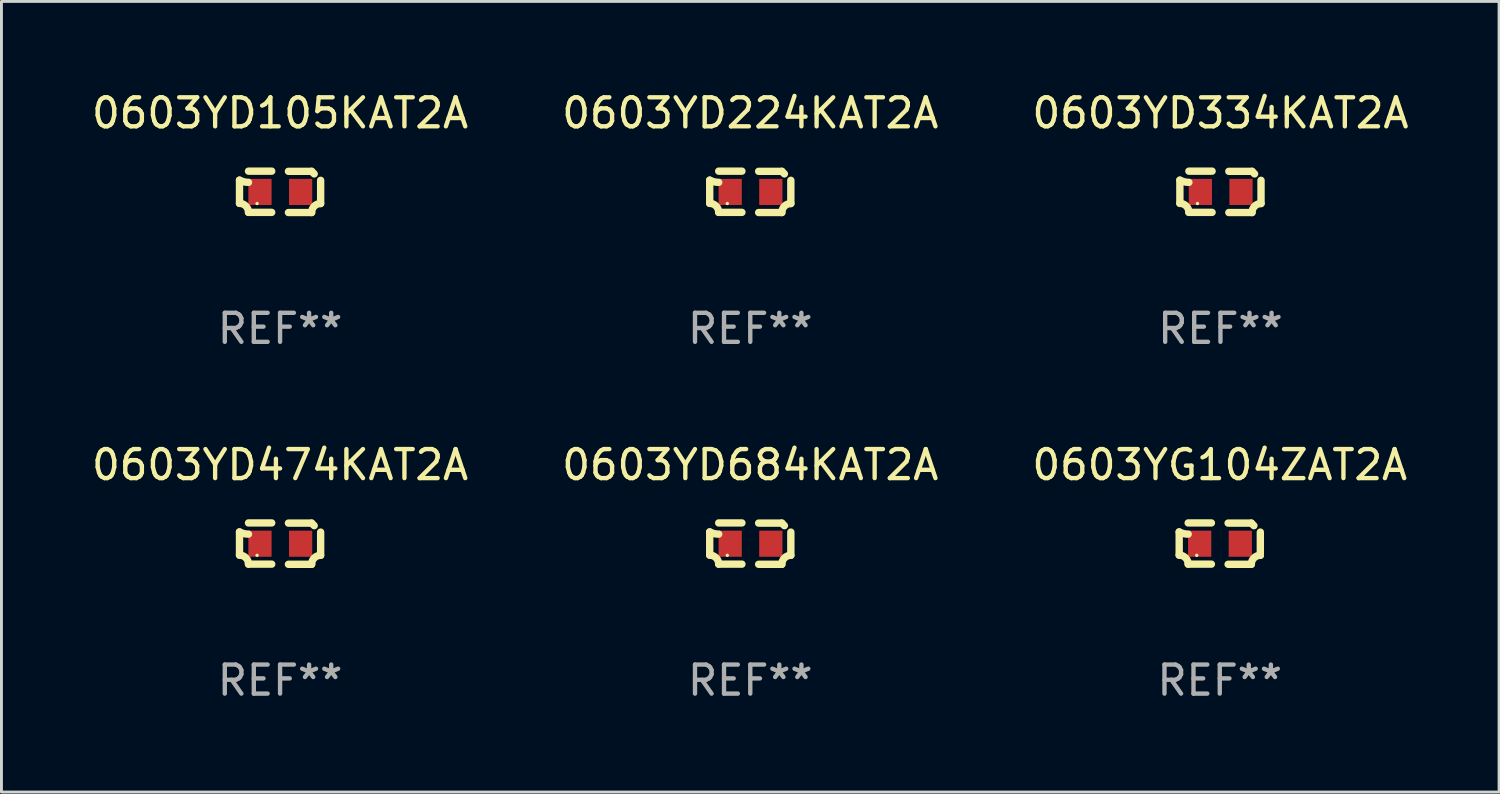
<source format=kicad_pcb>
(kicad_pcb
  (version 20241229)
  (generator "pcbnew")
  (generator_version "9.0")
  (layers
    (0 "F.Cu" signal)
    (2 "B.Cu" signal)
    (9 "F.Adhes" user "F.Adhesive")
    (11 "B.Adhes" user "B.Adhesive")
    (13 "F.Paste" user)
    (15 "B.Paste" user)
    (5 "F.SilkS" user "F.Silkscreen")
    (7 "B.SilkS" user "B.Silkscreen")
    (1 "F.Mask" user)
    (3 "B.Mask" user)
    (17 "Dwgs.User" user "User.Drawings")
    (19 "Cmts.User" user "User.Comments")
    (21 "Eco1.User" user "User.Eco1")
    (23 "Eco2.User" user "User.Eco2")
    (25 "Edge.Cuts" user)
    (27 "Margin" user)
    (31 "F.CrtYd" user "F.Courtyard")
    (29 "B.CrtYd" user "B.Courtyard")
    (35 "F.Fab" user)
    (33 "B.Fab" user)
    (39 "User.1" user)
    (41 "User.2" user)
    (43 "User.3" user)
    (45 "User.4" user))
  (footprint "0603YD224KAT2A"
    (layer "F.Cu")
    (at 22.804 3.561)
    (property "Reference" "0603YD224KAT2A" (at 0 -2.713 0) (layer "F.SilkS") (effects (font (size 1 1) (thickness 0.15))))
    (attr through_hole)
    (fp_line (start -1.398 -0.403) (end -1.398 0.397) (stroke (width 0.254) (type solid)) (layer "F.SilkS"))
    (fp_line (start -0.288 -0.713) (end -1.088 -0.713) (stroke (width 0.254) (type solid)) (layer "F.SilkS"))
    (fp_line (start -0.288 0.707) (end -1.088 0.707) (stroke (width 0.254) (type solid)) (layer "F.SilkS"))
    (fp_line (start 0.288 -0.707) (end 1.088 -0.707) (stroke (width 0.254) (type solid)) (layer "F.SilkS"))
    (fp_line (start 0.288 0.713) (end 1.088 0.713) (stroke (width 0.254) (type solid)) (layer "F.SilkS"))
    (fp_line (start 1.398 -0.397) (end 1.398 0.403) (stroke (width 0.254) (type solid)) (layer "F.SilkS"))
    (fp_arc (start -1.397789 0.397066) (mid -1.178701 0.487826) (end -1.08796 0.706922) (stroke (width 0.254001) (type solid)) (layer "F.SilkS"))
    (fp_arc (start -1.08796 -0.327176) (mid -1.247436 -0.346384) (end -1.39779 -0.402908) (stroke (width 0.254001) (type solid)) (layer "F.SilkS"))
    (fp_arc (start 1.087909 0.712738) (mid 1.178656 0.493655) (end 1.397739 0.402908) (stroke (width 0.254001) (type solid)) (layer "F.SilkS"))
    (fp_arc (start 1.175925 -0.618926) (mid 1.131917 -0.662923) (end 1.08791 -0.706922) (stroke (width 0.254001) (type solid)) (layer "F.SilkS"))
    (fp_circle (center -0.792 0.403) (end -0.762 0.403) (stroke (width 0.06) (type solid)) (fill no) (layer "F.SilkS"))
    (fp_text user "REF**" (at 0 4.713 0) (layer "F.Fab") (effects (font (size 1 1) (thickness 0.15))))
    (pad "1" smd rect (at -0.692 0.003) (size 0.8 0.9) (layers "F.Cu" "F.Mask" "F.Paste"))
    (pad "2" smd rect (at 0.708 0.003) (size 0.8 0.9) (layers "F.Cu" "F.Mask" "F.Paste")))
  (footprint "0603YG104ZAT2A"
    (layer "F.Cu")
    (at 38.982 15.683)
    (property "Reference" "0603YG104ZAT2A" (at 0 -2.713 0) (layer "F.SilkS") (effects (font (size 1 1) (thickness 0.15))))
    (attr through_hole)
    (fp_line (start -1.398 -0.403) (end -1.398 0.397) (stroke (width 0.254) (type solid)) (layer "F.SilkS"))
    (fp_line (start -0.288 -0.713) (end -1.088 -0.713) (stroke (width 0.254) (type solid)) (layer "F.SilkS"))
    (fp_line (start -0.288 0.707) (end -1.088 0.707) (stroke (width 0.254) (type solid)) (layer "F.SilkS"))
    (fp_line (start 0.288 -0.707) (end 1.088 -0.707) (stroke (width 0.254) (type solid)) (layer "F.SilkS"))
    (fp_line (start 0.288 0.713) (end 1.088 0.713) (stroke (width 0.254) (type solid)) (layer "F.SilkS"))
    (fp_line (start 1.398 -0.397) (end 1.398 0.403) (stroke (width 0.254) (type solid)) (layer "F.SilkS"))
    (fp_arc (start -1.397789 0.397066) (mid -1.178701 0.487826) (end -1.08796 0.706922) (stroke (width 0.254001) (type solid)) (layer "F.SilkS"))
    (fp_arc (start -1.08796 -0.327176) (mid -1.247436 -0.346384) (end -1.39779 -0.402908) (stroke (width 0.254001) (type solid)) (layer "F.SilkS"))
    (fp_arc (start 1.087909 0.712738) (mid 1.178656 0.493655) (end 1.397739 0.402908) (stroke (width 0.254001) (type solid)) (layer "F.SilkS"))
    (fp_arc (start 1.175925 -0.618926) (mid 1.131917 -0.662923) (end 1.08791 -0.706922) (stroke (width 0.254001) (type solid)) (layer "F.SilkS"))
    (fp_circle (center -0.792 0.403) (end -0.762 0.403) (stroke (width 0.06) (type solid)) (fill no) (layer "F.SilkS"))
    (fp_text user "REF**" (at 0 4.713 0) (layer "F.Fab") (effects (font (size 1 1) (thickness 0.15))))
    (pad "1" smd rect (at -0.692 0.003) (size 0.8 0.9) (layers "F.Cu" "F.Mask" "F.Paste"))
    (pad "2" smd rect (at 0.708 0.003) (size 0.8 0.9) (layers "F.Cu" "F.Mask" "F.Paste")))
  (footprint "0603YD474KAT2A"
    (layer "F.Cu")
    (at 6.601 15.683)
    (property "Reference" "0603YD474KAT2A" (at 0 -2.713 0) (layer "F.SilkS") (effects (font (size 1 1) (thickness 0.15))))
    (attr through_hole)
    (fp_line (start -1.398 -0.403) (end -1.398 0.397) (stroke (width 0.254) (type solid)) (layer "F.SilkS"))
    (fp_line (start -0.288 -0.713) (end -1.088 -0.713) (stroke (width 0.254) (type solid)) (layer "F.SilkS"))
    (fp_line (start -0.288 0.707) (end -1.088 0.707) (stroke (width 0.254) (type solid)) (layer "F.SilkS"))
    (fp_line (start 0.288 -0.707) (end 1.088 -0.707) (stroke (width 0.254) (type solid)) (layer "F.SilkS"))
    (fp_line (start 0.288 0.713) (end 1.088 0.713) (stroke (width 0.254) (type solid)) (layer "F.SilkS"))
    (fp_line (start 1.398 -0.397) (end 1.398 0.403) (stroke (width 0.254) (type solid)) (layer "F.SilkS"))
    (fp_arc (start -1.397789 0.397066) (mid -1.178701 0.487826) (end -1.08796 0.706922) (stroke (width 0.254001) (type solid)) (layer "F.SilkS"))
    (fp_arc (start -1.08796 -0.327176) (mid -1.247436 -0.346384) (end -1.39779 -0.402908) (stroke (width 0.254001) (type solid)) (layer "F.SilkS"))
    (fp_arc (start 1.087909 0.712738) (mid 1.178656 0.493655) (end 1.397739 0.402908) (stroke (width 0.254001) (type solid)) (layer "F.SilkS"))
    (fp_arc (start 1.175925 -0.618926) (mid 1.131917 -0.662923) (end 1.08791 -0.706922) (stroke (width 0.254001) (type solid)) (layer "F.SilkS"))
    (fp_circle (center -0.792 0.403) (end -0.762 0.403) (stroke (width 0.06) (type solid)) (fill no) (layer "F.SilkS"))
    (fp_text user "REF**" (at 0 4.713 0) (layer "F.Fab") (effects (font (size 1 1) (thickness 0.15))))
    (pad "1" smd rect (at -0.692 0.003) (size 0.8 0.9) (layers "F.Cu" "F.Mask" "F.Paste"))
    (pad "2" smd rect (at 0.708 0.003) (size 0.8 0.9) (layers "F.Cu" "F.Mask" "F.Paste")))
  (footprint "0603YD334KAT2A"
    (layer "F.Cu")
    (at 39.006 3.561)
    (property "Reference" "0603YD334KAT2A" (at 0 -2.713 0) (layer "F.SilkS") (effects (font (size 1 1) (thickness 0.15))))
    (attr through_hole)
    (fp_line (start -1.398 -0.403) (end -1.398 0.397) (stroke (width 0.254) (type solid)) (layer "F.SilkS"))
    (fp_line (start -0.288 -0.713) (end -1.088 -0.713) (stroke (width 0.254) (type solid)) (layer "F.SilkS"))
    (fp_line (start -0.288 0.707) (end -1.088 0.707) (stroke (width 0.254) (type solid)) (layer "F.SilkS"))
    (fp_line (start 0.288 -0.707) (end 1.088 -0.707) (stroke (width 0.254) (type solid)) (layer "F.SilkS"))
    (fp_line (start 0.288 0.713) (end 1.088 0.713) (stroke (width 0.254) (type solid)) (layer "F.SilkS"))
    (fp_line (start 1.398 -0.397) (end 1.398 0.403) (stroke (width 0.254) (type solid)) (layer "F.SilkS"))
    (fp_arc (start -1.397789 0.397066) (mid -1.178701 0.487826) (end -1.08796 0.706922) (stroke (width 0.254001) (type solid)) (layer "F.SilkS"))
    (fp_arc (start -1.08796 -0.327176) (mid -1.247436 -0.346384) (end -1.39779 -0.402908) (stroke (width 0.254001) (type solid)) (layer "F.SilkS"))
    (fp_arc (start 1.087909 0.712738) (mid 1.178656 0.493655) (end 1.397739 0.402908) (stroke (width 0.254001) (type solid)) (layer "F.SilkS"))
    (fp_arc (start 1.175925 -0.618926) (mid 1.131917 -0.662923) (end 1.08791 -0.706922) (stroke (width 0.254001) (type solid)) (layer "F.SilkS"))
    (fp_circle (center -0.792 0.403) (end -0.762 0.403) (stroke (width 0.06) (type solid)) (fill no) (layer "F.SilkS"))
    (fp_text user "REF**" (at 0 4.713 0) (layer "F.Fab") (effects (font (size 1 1) (thickness 0.15))))
    (pad "1" smd rect (at -0.692 0.003) (size 0.8 0.9) (layers "F.Cu" "F.Mask" "F.Paste"))
    (pad "2" smd rect (at 0.708 0.003) (size 0.8 0.9) (layers "F.Cu" "F.Mask" "F.Paste")))
  (footprint "0603YD105KAT2A"
    (layer "F.Cu")
    (at 6.601 3.561)
    (property "Reference" "0603YD105KAT2A" (at 0 -2.713 0) (layer "F.SilkS") (effects (font (size 1 1) (thickness 0.15))))
    (attr through_hole)
    (fp_line (start -1.398 -0.403) (end -1.398 0.397) (stroke (width 0.254) (type solid)) (layer "F.SilkS"))
    (fp_line (start -0.288 -0.713) (end -1.088 -0.713) (stroke (width 0.254) (type solid)) (layer "F.SilkS"))
    (fp_line (start -0.288 0.707) (end -1.088 0.707) (stroke (width 0.254) (type solid)) (layer "F.SilkS"))
    (fp_line (start 0.288 -0.707) (end 1.088 -0.707) (stroke (width 0.254) (type solid)) (layer "F.SilkS"))
    (fp_line (start 0.288 0.713) (end 1.088 0.713) (stroke (width 0.254) (type solid)) (layer "F.SilkS"))
    (fp_line (start 1.398 -0.397) (end 1.398 0.403) (stroke (width 0.254) (type solid)) (layer "F.SilkS"))
    (fp_arc (start -1.397789 0.397066) (mid -1.178701 0.487826) (end -1.08796 0.706922) (stroke (width 0.254001) (type solid)) (layer "F.SilkS"))
    (fp_arc (start -1.08796 -0.327176) (mid -1.247436 -0.346384) (end -1.39779 -0.402908) (stroke (width 0.254001) (type solid)) (layer "F.SilkS"))
    (fp_arc (start 1.087909 0.712738) (mid 1.178656 0.493655) (end 1.397739 0.402908) (stroke (width 0.254001) (type solid)) (layer "F.SilkS"))
    (fp_arc (start 1.175925 -0.618926) (mid 1.131917 -0.662923) (end 1.08791 -0.706922) (stroke (width 0.254001) (type solid)) (layer "F.SilkS"))
    (fp_circle (center -0.792 0.403) (end -0.762 0.403) (stroke (width 0.06) (type solid)) (fill no) (layer "F.SilkS"))
    (fp_text user "REF**" (at 0 4.713 0) (layer "F.Fab") (effects (font (size 1 1) (thickness 0.15))))
    (pad "1" smd rect (at -0.692 0.003) (size 0.8 0.9) (layers "F.Cu" "F.Mask" "F.Paste"))
    (pad "2" smd rect (at 0.708 0.003) (size 0.8 0.9) (layers "F.Cu" "F.Mask" "F.Paste")))
  (footprint "0603YD684KAT2A"
    (layer "F.Cu")
    (at 22.804 15.683)
    (property "Reference" "0603YD684KAT2A" (at 0 -2.713 0) (layer "F.SilkS") (effects (font (size 1 1) (thickness 0.15))))
    (attr through_hole)
    (fp_line (start -1.398 -0.403) (end -1.398 0.397) (stroke (width 0.254) (type solid)) (layer "F.SilkS"))
    (fp_line (start -0.288 -0.713) (end -1.088 -0.713) (stroke (width 0.254) (type solid)) (layer "F.SilkS"))
    (fp_line (start -0.288 0.707) (end -1.088 0.707) (stroke (width 0.254) (type solid)) (layer "F.SilkS"))
    (fp_line (start 0.288 -0.707) (end 1.088 -0.707) (stroke (width 0.254) (type solid)) (layer "F.SilkS"))
    (fp_line (start 0.288 0.713) (end 1.088 0.713) (stroke (width 0.254) (type solid)) (layer "F.SilkS"))
    (fp_line (start 1.398 -0.397) (end 1.398 0.403) (stroke (width 0.254) (type solid)) (layer "F.SilkS"))
    (fp_arc (start -1.397789 0.397066) (mid -1.178701 0.487826) (end -1.08796 0.706922) (stroke (width 0.254001) (type solid)) (layer "F.SilkS"))
    (fp_arc (start -1.08796 -0.327176) (mid -1.247436 -0.346384) (end -1.39779 -0.402908) (stroke (width 0.254001) (type solid)) (layer "F.SilkS"))
    (fp_arc (start 1.087909 0.712738) (mid 1.178656 0.493655) (end 1.397739 0.402908) (stroke (width 0.254001) (type solid)) (layer "F.SilkS"))
    (fp_arc (start 1.175925 -0.618926) (mid 1.131917 -0.662923) (end 1.08791 -0.706922) (stroke (width 0.254001) (type solid)) (layer "F.SilkS"))
    (fp_circle (center -0.792 0.403) (end -0.762 0.403) (stroke (width 0.06) (type solid)) (fill no) (layer "F.SilkS"))
    (fp_text user "REF**" (at 0 4.713 0) (layer "F.Fab") (effects (font (size 1 1) (thickness 0.15))))
    (pad "1" smd rect (at -0.692 0.003) (size 0.8 0.9) (layers "F.Cu" "F.Mask" "F.Paste"))
    (pad "2" smd rect (at 0.708 0.003) (size 0.8 0.9) (layers "F.Cu" "F.Mask" "F.Paste")))
  (gr_rect
    (start -3 -3)
    (end 48.607 24.244)
    (stroke (width 0.1) (type default))
    (fill no)
    (layer "Edge.Cuts")))
</source>
